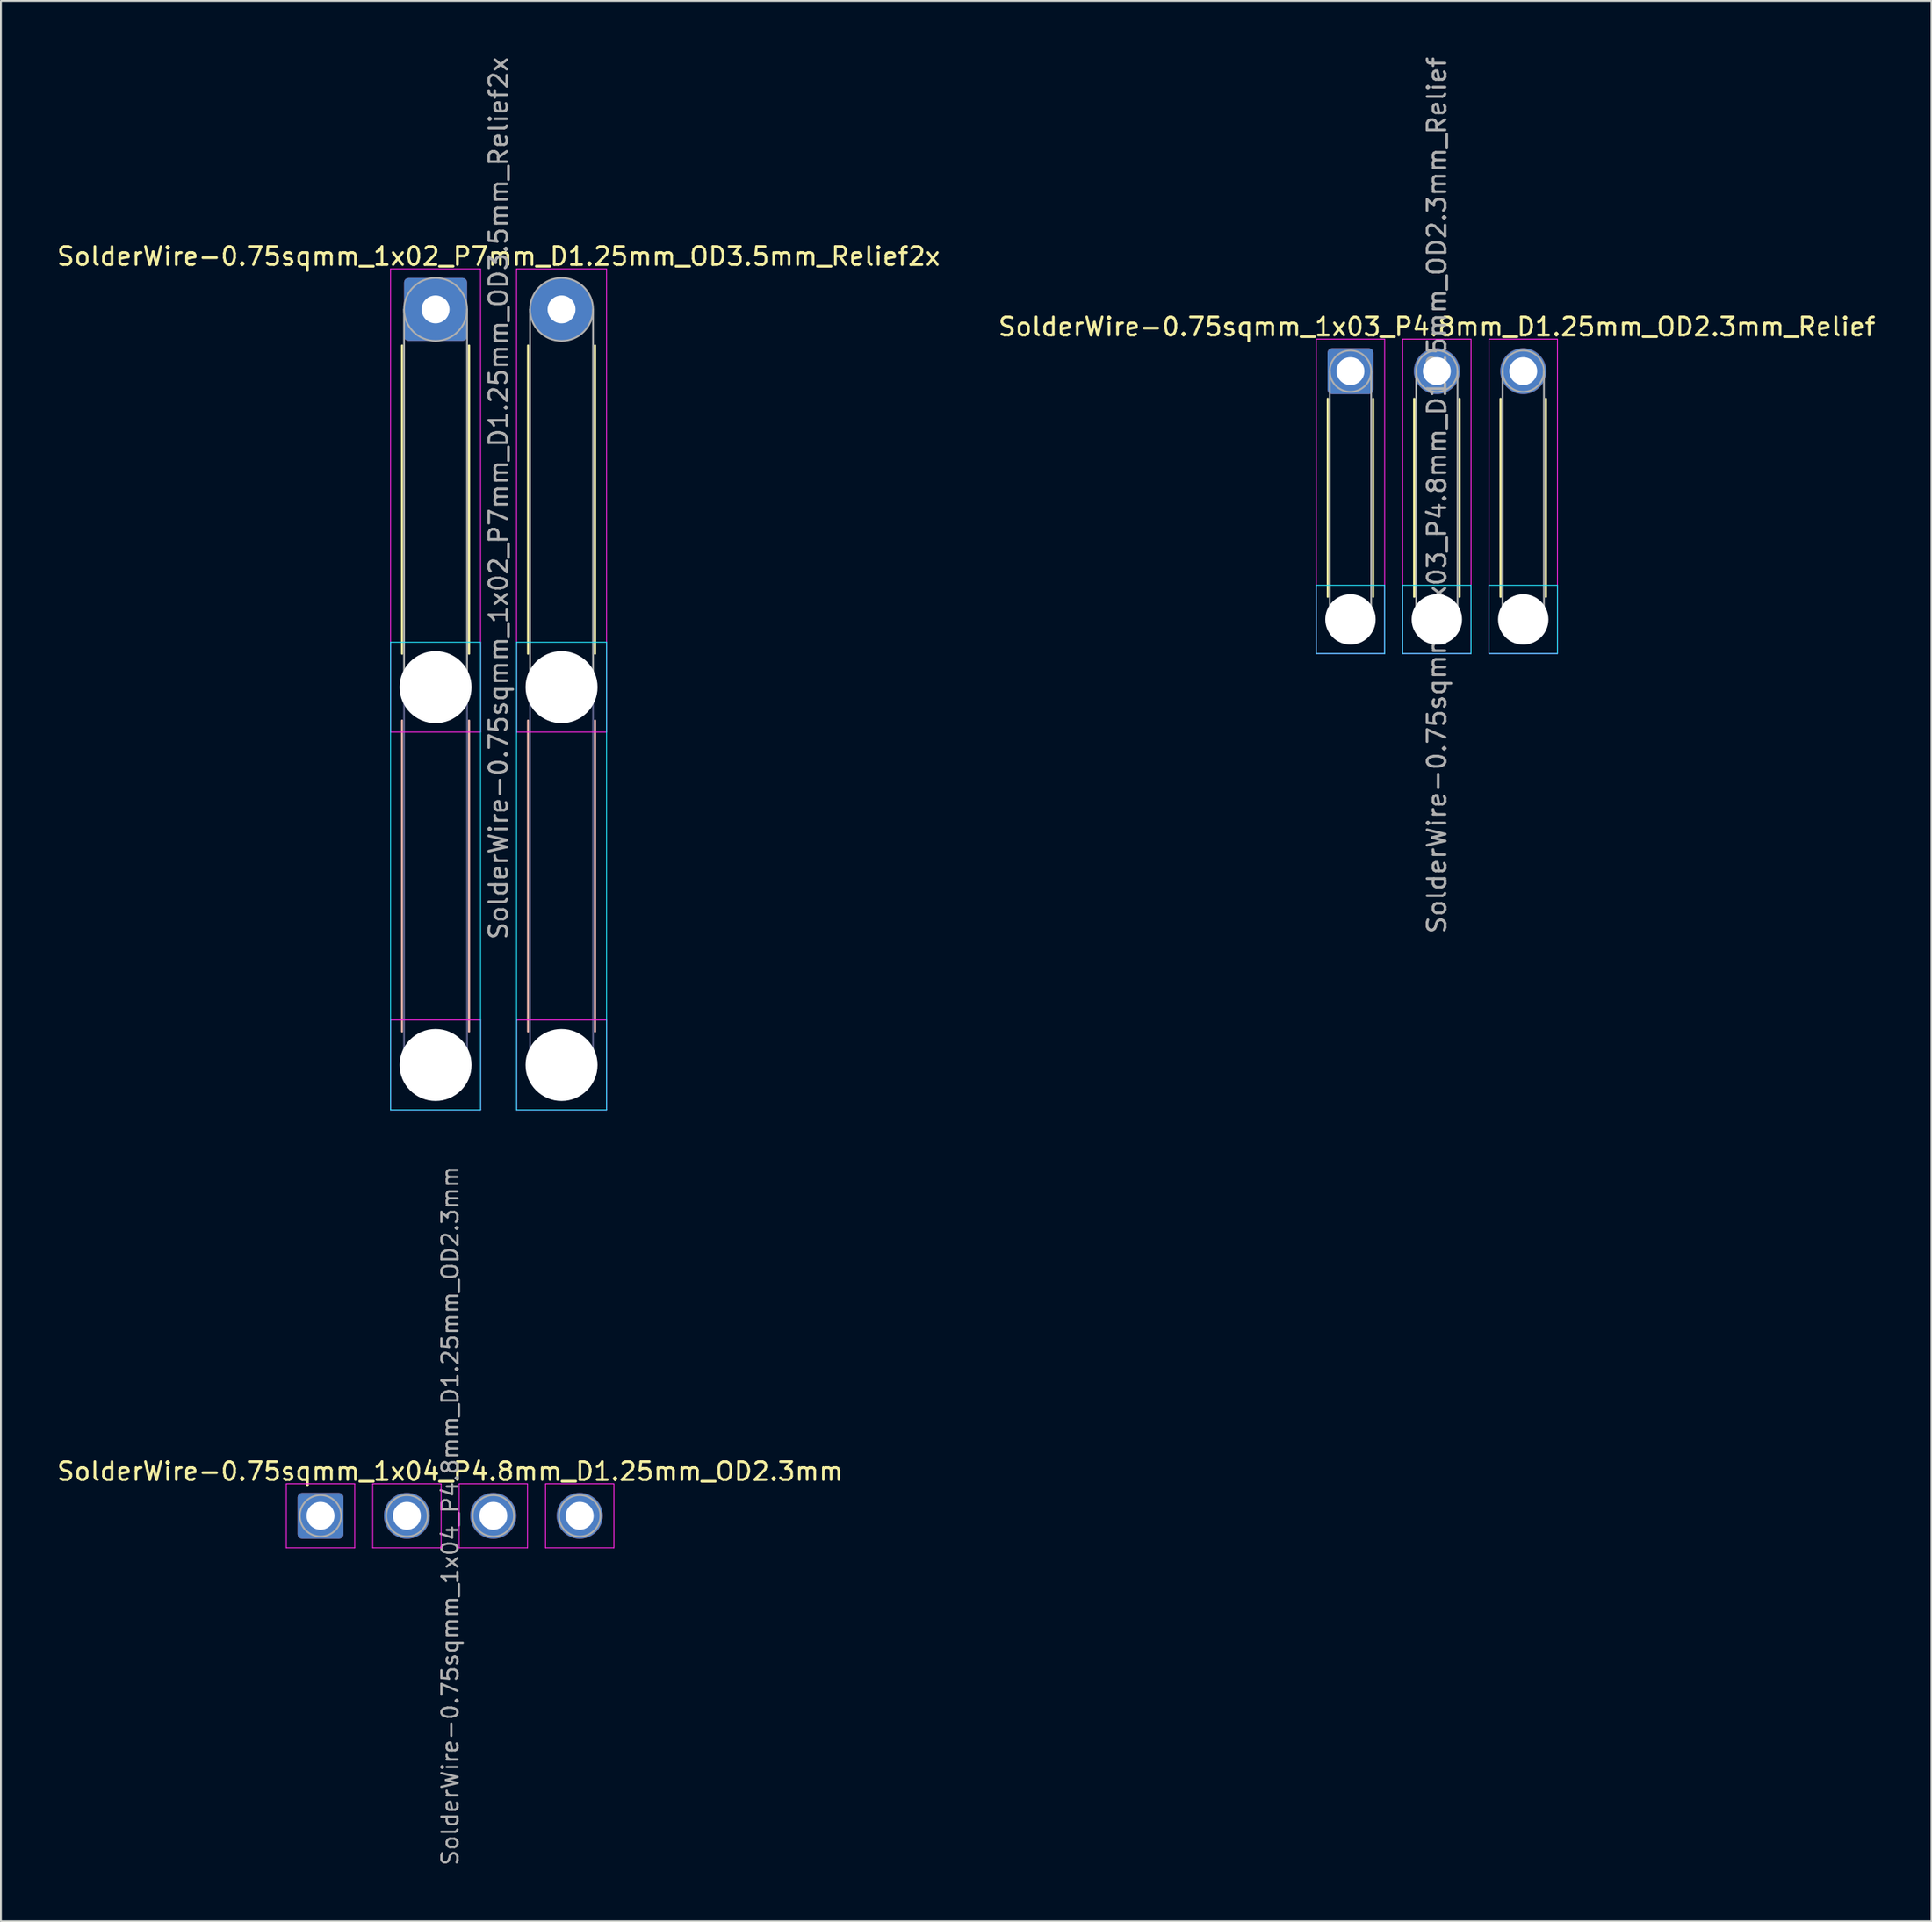
<source format=kicad_pcb>
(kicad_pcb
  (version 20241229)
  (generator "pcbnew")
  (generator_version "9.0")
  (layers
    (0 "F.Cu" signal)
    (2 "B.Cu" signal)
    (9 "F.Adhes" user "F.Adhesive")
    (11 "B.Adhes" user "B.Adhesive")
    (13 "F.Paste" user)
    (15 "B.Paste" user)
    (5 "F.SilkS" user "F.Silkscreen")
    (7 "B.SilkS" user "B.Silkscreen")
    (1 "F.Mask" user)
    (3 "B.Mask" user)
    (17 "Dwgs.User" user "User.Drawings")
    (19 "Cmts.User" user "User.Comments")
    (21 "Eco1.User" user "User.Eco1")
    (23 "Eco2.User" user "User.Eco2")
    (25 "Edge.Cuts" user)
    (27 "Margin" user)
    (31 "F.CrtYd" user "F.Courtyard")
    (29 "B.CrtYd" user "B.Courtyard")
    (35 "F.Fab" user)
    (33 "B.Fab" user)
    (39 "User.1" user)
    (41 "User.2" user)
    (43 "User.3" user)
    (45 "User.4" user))
  (footprint "SolderWire-0.75sqmm_1x04_P4.8mm_D1.25mm_OD2.3mm"
    (layer "F.Cu")
    (at 14.758 81.211)
    (property "Reference" "SolderWire-0.75sqmm_1x04_P4.8mm_D1.25mm_OD2.3mm" (at 7.2 -2.47 0) (layer "F.SilkS") (effects (font (size 1 1) (thickness 0.15))))
    (attr exclude_from_pos_files exclude_from_bom)
    (fp_line (start -1.9 -1.78) (end -1.9 1.78) (stroke (width 0.05) (type solid)) (layer "F.CrtYd"))
    (fp_line (start -1.9 1.78) (end 1.9 1.78) (stroke (width 0.05) (type solid)) (layer "F.CrtYd"))
    (fp_line (start 1.9 -1.78) (end -1.9 -1.78) (stroke (width 0.05) (type solid)) (layer "F.CrtYd"))
    (fp_line (start 1.9 1.78) (end 1.9 -1.78) (stroke (width 0.05) (type solid)) (layer "F.CrtYd"))
    (fp_line (start 2.9 -1.78) (end 2.9 1.78) (stroke (width 0.05) (type solid)) (layer "F.CrtYd"))
    (fp_line (start 2.9 1.78) (end 6.7 1.78) (stroke (width 0.05) (type solid)) (layer "F.CrtYd"))
    (fp_line (start 6.7 -1.78) (end 2.9 -1.78) (stroke (width 0.05) (type solid)) (layer "F.CrtYd"))
    (fp_line (start 6.7 1.78) (end 6.7 -1.78) (stroke (width 0.05) (type solid)) (layer "F.CrtYd"))
    (fp_line (start 7.7 -1.78) (end 7.7 1.78) (stroke (width 0.05) (type solid)) (layer "F.CrtYd"))
    (fp_line (start 7.7 1.78) (end 11.5 1.78) (stroke (width 0.05) (type solid)) (layer "F.CrtYd"))
    (fp_line (start 11.5 -1.78) (end 7.7 -1.78) (stroke (width 0.05) (type solid)) (layer "F.CrtYd"))
    (fp_line (start 11.5 1.78) (end 11.5 -1.78) (stroke (width 0.05) (type solid)) (layer "F.CrtYd"))
    (fp_line (start 12.5 -1.78) (end 12.5 1.78) (stroke (width 0.05) (type solid)) (layer "F.CrtYd"))
    (fp_line (start 12.5 1.78) (end 16.3 1.78) (stroke (width 0.05) (type solid)) (layer "F.CrtYd"))
    (fp_line (start 16.3 -1.78) (end 12.5 -1.78) (stroke (width 0.05) (type solid)) (layer "F.CrtYd"))
    (fp_line (start 16.3 1.78) (end 16.3 -1.78) (stroke (width 0.05) (type solid)) (layer "F.CrtYd"))
    (fp_circle (center 0 0) (end 1.15 0) (stroke (width 0.1) (type solid)) (fill no) (layer "F.Fab"))
    (fp_circle (center 4.8 0) (end 5.95 0) (stroke (width 0.1) (type solid)) (fill no) (layer "F.Fab"))
    (fp_circle (center 9.6 0) (end 10.75 0) (stroke (width 0.1) (type solid)) (fill no) (layer "F.Fab"))
    (fp_circle (center 14.4 0) (end 15.55 0) (stroke (width 0.1) (type solid)) (fill no) (layer "F.Fab"))
    (fp_text user "${REFERENCE}" (at 7.2 0 90) (layer "F.Fab") (effects (font (size 0.89 0.89) (thickness 0.13))))
    (pad "1" thru_hole roundrect (at 0 0) (size 2.55 2.55) (drill 1.55) (layers "*.Cu" "*.Mask") (roundrect_rratio 0.098))
    (pad "2" thru_hole circle (at 4.8 0) (size 2.55 2.55) (drill 1.55) (layers "*.Cu" "*.Mask"))
    (pad "3" thru_hole circle (at 9.6 0) (size 2.55 2.55) (drill 1.55) (layers "*.Cu" "*.Mask"))
    (pad "4" thru_hole circle (at 14.4 0) (size 2.55 2.55) (drill 1.55) (layers "*.Cu" "*.Mask")))
  (footprint "SolderWire-0.75sqmm_1x02_P7mm_D1.25mm_OD3.5mm_Relief2x"
    (layer "F.Cu")
    (at 21.149 14.149)
    (property "Reference" "SolderWire-0.75sqmm_1x02_P7mm_D1.25mm_OD3.5mm_Relief2x" (at 3.5 -2.95 0) (layer "F.SilkS") (effects (font (size 1 1) (thickness 0.15))))
    (attr exclude_from_pos_files exclude_from_bom)
    (fp_line (start -1.86 2.01) (end -1.86 19.14) (stroke (width 0.12) (type solid)) (layer "F.SilkS"))
    (fp_line (start 1.86 2.01) (end 1.86 19.14) (stroke (width 0.12) (type solid)) (layer "F.SilkS"))
    (fp_line (start 5.14 2.01) (end 5.14 19.14) (stroke (width 0.12) (type solid)) (layer "F.SilkS"))
    (fp_line (start 8.86 2.01) (end 8.86 19.14) (stroke (width 0.12) (type solid)) (layer "F.SilkS"))
    (fp_line (start -1.86 22.86) (end -1.86 40.14) (stroke (width 0.12) (type solid)) (layer "B.SilkS"))
    (fp_line (start 1.86 22.86) (end 1.86 40.14) (stroke (width 0.12) (type solid)) (layer "B.SilkS"))
    (fp_line (start 5.14 22.86) (end 5.14 40.14) (stroke (width 0.12) (type solid)) (layer "B.SilkS"))
    (fp_line (start 8.86 22.86) (end 8.86 40.14) (stroke (width 0.12) (type solid)) (layer "B.SilkS"))
    (fp_line (start -2.5 18.5) (end -2.5 44.5) (stroke (width 0.05) (type solid)) (layer "B.CrtYd"))
    (fp_line (start -2.5 44.5) (end 2.5 44.5) (stroke (width 0.05) (type solid)) (layer "B.CrtYd"))
    (fp_line (start 2.5 18.5) (end -2.5 18.5) (stroke (width 0.05) (type solid)) (layer "B.CrtYd"))
    (fp_line (start 2.5 44.5) (end 2.5 18.5) (stroke (width 0.05) (type solid)) (layer "B.CrtYd"))
    (fp_line (start 4.5 18.5) (end 4.5 44.5) (stroke (width 0.05) (type solid)) (layer "B.CrtYd"))
    (fp_line (start 4.5 44.5) (end 9.5 44.5) (stroke (width 0.05) (type solid)) (layer "B.CrtYd"))
    (fp_line (start 9.5 18.5) (end 4.5 18.5) (stroke (width 0.05) (type solid)) (layer "B.CrtYd"))
    (fp_line (start 9.5 44.5) (end 9.5 18.5) (stroke (width 0.05) (type solid)) (layer "B.CrtYd"))
    (fp_line (start -2.5 -2.25) (end -2.5 23.5) (stroke (width 0.05) (type solid)) (layer "F.CrtYd"))
    (fp_line (start -2.5 23.5) (end 2.5 23.5) (stroke (width 0.05) (type solid)) (layer "F.CrtYd"))
    (fp_line (start -2.5 39.5) (end -2.5 44.5) (stroke (width 0.05) (type solid)) (layer "F.CrtYd"))
    (fp_line (start -2.5 44.5) (end 2.5 44.5) (stroke (width 0.05) (type solid)) (layer "F.CrtYd"))
    (fp_line (start 2.5 -2.25) (end -2.5 -2.25) (stroke (width 0.05) (type solid)) (layer "F.CrtYd"))
    (fp_line (start 2.5 23.5) (end 2.5 -2.25) (stroke (width 0.05) (type solid)) (layer "F.CrtYd"))
    (fp_line (start 2.5 39.5) (end -2.5 39.5) (stroke (width 0.05) (type solid)) (layer "F.CrtYd"))
    (fp_line (start 2.5 44.5) (end 2.5 39.5) (stroke (width 0.05) (type solid)) (layer "F.CrtYd"))
    (fp_line (start 4.5 -2.25) (end 4.5 23.5) (stroke (width 0.05) (type solid)) (layer "F.CrtYd"))
    (fp_line (start 4.5 23.5) (end 9.5 23.5) (stroke (width 0.05) (type solid)) (layer "F.CrtYd"))
    (fp_line (start 4.5 39.5) (end 4.5 44.5) (stroke (width 0.05) (type solid)) (layer "F.CrtYd"))
    (fp_line (start 4.5 44.5) (end 9.5 44.5) (stroke (width 0.05) (type solid)) (layer "F.CrtYd"))
    (fp_line (start 9.5 -2.25) (end 4.5 -2.25) (stroke (width 0.05) (type solid)) (layer "F.CrtYd"))
    (fp_line (start 9.5 23.5) (end 9.5 -2.25) (stroke (width 0.05) (type solid)) (layer "F.CrtYd"))
    (fp_line (start 9.5 39.5) (end 4.5 39.5) (stroke (width 0.05) (type solid)) (layer "F.CrtYd"))
    (fp_line (start 9.5 44.5) (end 9.5 39.5) (stroke (width 0.05) (type solid)) (layer "F.CrtYd"))
    (fp_line (start -1.75 21) (end -1.75 42) (stroke (width 0.1) (type solid)) (layer "B.Fab"))
    (fp_line (start 1.75 21) (end 1.75 42) (stroke (width 0.1) (type solid)) (layer "B.Fab"))
    (fp_line (start 5.25 21) (end 5.25 42) (stroke (width 0.1) (type solid)) (layer "B.Fab"))
    (fp_line (start 8.75 21) (end 8.75 42) (stroke (width 0.1) (type solid)) (layer "B.Fab"))
    (fp_circle (center 0 21) (end 1.75 21) (stroke (width 0.1) (type solid)) (fill no) (layer "B.Fab"))
    (fp_circle (center 0 42) (end 1.75 42) (stroke (width 0.1) (type solid)) (fill no) (layer "B.Fab"))
    (fp_circle (center 7 21) (end 8.75 21) (stroke (width 0.1) (type solid)) (fill no) (layer "B.Fab"))
    (fp_circle (center 7 42) (end 8.75 42) (stroke (width 0.1) (type solid)) (fill no) (layer "B.Fab"))
    (fp_line (start -1.75 0) (end -1.75 21) (stroke (width 0.1) (type solid)) (layer "F.Fab"))
    (fp_line (start 1.75 0) (end 1.75 21) (stroke (width 0.1) (type solid)) (layer "F.Fab"))
    (fp_line (start 5.25 0) (end 5.25 21) (stroke (width 0.1) (type solid)) (layer "F.Fab"))
    (fp_line (start 8.75 0) (end 8.75 21) (stroke (width 0.1) (type solid)) (layer "F.Fab"))
    (fp_circle (center 0 0) (end 1.75 0) (stroke (width 0.1) (type solid)) (fill no) (layer "F.Fab"))
    (fp_circle (center 0 21) (end 1.75 21) (stroke (width 0.1) (type solid)) (fill no) (layer "F.Fab"))
    (fp_circle (center 0 42) (end 1.75 42) (stroke (width 0.1) (type solid)) (fill no) (layer "F.Fab"))
    (fp_circle (center 7 0) (end 8.75 0) (stroke (width 0.1) (type solid)) (fill no) (layer "F.Fab"))
    (fp_circle (center 7 21) (end 8.75 21) (stroke (width 0.1) (type solid)) (fill no) (layer "F.Fab"))
    (fp_circle (center 7 42) (end 8.75 42) (stroke (width 0.1) (type solid)) (fill no) (layer "F.Fab"))
    (fp_text user "${REFERENCE}" (at 3.5 10.5 90) (layer "F.Fab") (effects (font (size 1 1) (thickness 0.15))))
    (pad "" np_thru_hole circle (at 0 21) (size 4 4) (drill 4) (layers "*.Cu" "*.Mask"))
    (pad "" np_thru_hole circle (at 0 42) (size 4 4) (drill 4) (layers "*.Cu" "*.Mask"))
    (pad "" np_thru_hole circle (at 7 21) (size 4 4) (drill 4) (layers "*.Cu" "*.Mask"))
    (pad "" np_thru_hole circle (at 7 42) (size 4 4) (drill 4) (layers "*.Cu" "*.Mask"))
    (pad "1" thru_hole roundrect (at 0 0) (size 3.5 3.5) (drill 1.55) (layers "*.Cu" "*.Mask") (roundrect_rratio 0.071))
    (pad "2" thru_hole circle (at 7 0) (size 3.5 3.5) (drill 1.55) (layers "*.Cu" "*.Mask")))
  (footprint "SolderWire-0.75sqmm_1x03_P4.8mm_D1.25mm_OD2.3mm_Relief"
    (layer "F.Cu")
    (at 71.98 17.582)
    (property "Reference" "SolderWire-0.75sqmm_1x03_P4.8mm_D1.25mm_OD2.3mm_Relief" (at 4.8 -2.47 0) (layer "F.SilkS") (effects (font (size 1 1) (thickness 0.15))))
    (attr exclude_from_pos_files exclude_from_bom)
    (fp_line (start -1.26 1.535) (end -1.26 12.54) (stroke (width 0.12) (type solid)) (layer "F.SilkS"))
    (fp_line (start 1.26 1.535) (end 1.26 12.54) (stroke (width 0.12) (type solid)) (layer "F.SilkS"))
    (fp_line (start 3.54 1.535) (end 3.54 12.54) (stroke (width 0.12) (type solid)) (layer "F.SilkS"))
    (fp_line (start 6.06 1.535) (end 6.06 12.54) (stroke (width 0.12) (type solid)) (layer "F.SilkS"))
    (fp_line (start 8.34 1.535) (end 8.34 12.54) (stroke (width 0.12) (type solid)) (layer "F.SilkS"))
    (fp_line (start 10.86 1.535) (end 10.86 12.54) (stroke (width 0.12) (type solid)) (layer "F.SilkS"))
    (fp_line (start -1.9 11.9) (end -1.9 15.7) (stroke (width 0.05) (type solid)) (layer "B.CrtYd"))
    (fp_line (start -1.9 15.7) (end 1.9 15.7) (stroke (width 0.05) (type solid)) (layer "B.CrtYd"))
    (fp_line (start 1.9 11.9) (end -1.9 11.9) (stroke (width 0.05) (type solid)) (layer "B.CrtYd"))
    (fp_line (start 1.9 15.7) (end 1.9 11.9) (stroke (width 0.05) (type solid)) (layer "B.CrtYd"))
    (fp_line (start 2.9 11.9) (end 2.9 15.7) (stroke (width 0.05) (type solid)) (layer "B.CrtYd"))
    (fp_line (start 2.9 15.7) (end 6.7 15.7) (stroke (width 0.05) (type solid)) (layer "B.CrtYd"))
    (fp_line (start 6.7 11.9) (end 2.9 11.9) (stroke (width 0.05) (type solid)) (layer "B.CrtYd"))
    (fp_line (start 6.7 15.7) (end 6.7 11.9) (stroke (width 0.05) (type solid)) (layer "B.CrtYd"))
    (fp_line (start 7.7 11.9) (end 7.7 15.7) (stroke (width 0.05) (type solid)) (layer "B.CrtYd"))
    (fp_line (start 7.7 15.7) (end 11.5 15.7) (stroke (width 0.05) (type solid)) (layer "B.CrtYd"))
    (fp_line (start 11.5 11.9) (end 7.7 11.9) (stroke (width 0.05) (type solid)) (layer "B.CrtYd"))
    (fp_line (start 11.5 15.7) (end 11.5 11.9) (stroke (width 0.05) (type solid)) (layer "B.CrtYd"))
    (fp_line (start -1.9 -1.78) (end -1.9 15.7) (stroke (width 0.05) (type solid)) (layer "F.CrtYd"))
    (fp_line (start -1.9 15.7) (end 1.9 15.7) (stroke (width 0.05) (type solid)) (layer "F.CrtYd"))
    (fp_line (start 1.9 -1.78) (end -1.9 -1.78) (stroke (width 0.05) (type solid)) (layer "F.CrtYd"))
    (fp_line (start 1.9 15.7) (end 1.9 -1.78) (stroke (width 0.05) (type solid)) (layer "F.CrtYd"))
    (fp_line (start 2.9 -1.78) (end 2.9 15.7) (stroke (width 0.05) (type solid)) (layer "F.CrtYd"))
    (fp_line (start 2.9 15.7) (end 6.7 15.7) (stroke (width 0.05) (type solid)) (layer "F.CrtYd"))
    (fp_line (start 6.7 -1.78) (end 2.9 -1.78) (stroke (width 0.05) (type solid)) (layer "F.CrtYd"))
    (fp_line (start 6.7 15.7) (end 6.7 -1.78) (stroke (width 0.05) (type solid)) (layer "F.CrtYd"))
    (fp_line (start 7.7 -1.78) (end 7.7 15.7) (stroke (width 0.05) (type solid)) (layer "F.CrtYd"))
    (fp_line (start 7.7 15.7) (end 11.5 15.7) (stroke (width 0.05) (type solid)) (layer "F.CrtYd"))
    (fp_line (start 11.5 -1.78) (end 7.7 -1.78) (stroke (width 0.05) (type solid)) (layer "F.CrtYd"))
    (fp_line (start 11.5 15.7) (end 11.5 -1.78) (stroke (width 0.05) (type solid)) (layer "F.CrtYd"))
    (fp_line (start -1.15 0) (end -1.15 13.8) (stroke (width 0.1) (type solid)) (layer "F.Fab"))
    (fp_line (start 1.15 0) (end 1.15 13.8) (stroke (width 0.1) (type solid)) (layer "F.Fab"))
    (fp_line (start 3.65 0) (end 3.65 13.8) (stroke (width 0.1) (type solid)) (layer "F.Fab"))
    (fp_line (start 5.95 0) (end 5.95 13.8) (stroke (width 0.1) (type solid)) (layer "F.Fab"))
    (fp_line (start 8.45 0) (end 8.45 13.8) (stroke (width 0.1) (type solid)) (layer "F.Fab"))
    (fp_line (start 10.75 0) (end 10.75 13.8) (stroke (width 0.1) (type solid)) (layer "F.Fab"))
    (fp_circle (center 0 0) (end 1.15 0) (stroke (width 0.1) (type solid)) (fill no) (layer "F.Fab"))
    (fp_circle (center 0 13.8) (end 1.15 13.8) (stroke (width 0.1) (type solid)) (fill no) (layer "F.Fab"))
    (fp_circle (center 4.8 0) (end 5.95 0) (stroke (width 0.1) (type solid)) (fill no) (layer "F.Fab"))
    (fp_circle (center 4.8 13.8) (end 5.95 13.8) (stroke (width 0.1) (type solid)) (fill no) (layer "F.Fab"))
    (fp_circle (center 9.6 0) (end 10.75 0) (stroke (width 0.1) (type solid)) (fill no) (layer "F.Fab"))
    (fp_circle (center 9.6 13.8) (end 10.75 13.8) (stroke (width 0.1) (type solid)) (fill no) (layer "F.Fab"))
    (fp_text user "${REFERENCE}" (at 4.8 6.9 90) (layer "F.Fab") (effects (font (size 1 1) (thickness 0.15))))
    (pad "" np_thru_hole circle (at 0 13.8) (size 2.8 2.8) (drill 2.8) (layers "*.Cu" "*.Mask"))
    (pad "" np_thru_hole circle (at 4.8 13.8) (size 2.8 2.8) (drill 2.8) (layers "*.Cu" "*.Mask"))
    (pad "" np_thru_hole circle (at 9.6 13.8) (size 2.8 2.8) (drill 2.8) (layers "*.Cu" "*.Mask"))
    (pad "1" thru_hole roundrect (at 0 0) (size 2.55 2.55) (drill 1.55) (layers "*.Cu" "*.Mask") (roundrect_rratio 0.098))
    (pad "2" thru_hole circle (at 4.8 0) (size 2.55 2.55) (drill 1.55) (layers "*.Cu" "*.Mask"))
    (pad "3" thru_hole circle (at 9.6 0) (size 2.55 2.55) (drill 1.55) (layers "*.Cu" "*.Mask")))
  (gr_rect
    (start -3 -3)
    (end 104.262 103.749)
    (stroke (width 0.1) (type default))
    (fill no)
    (layer "Edge.Cuts")))
</source>
